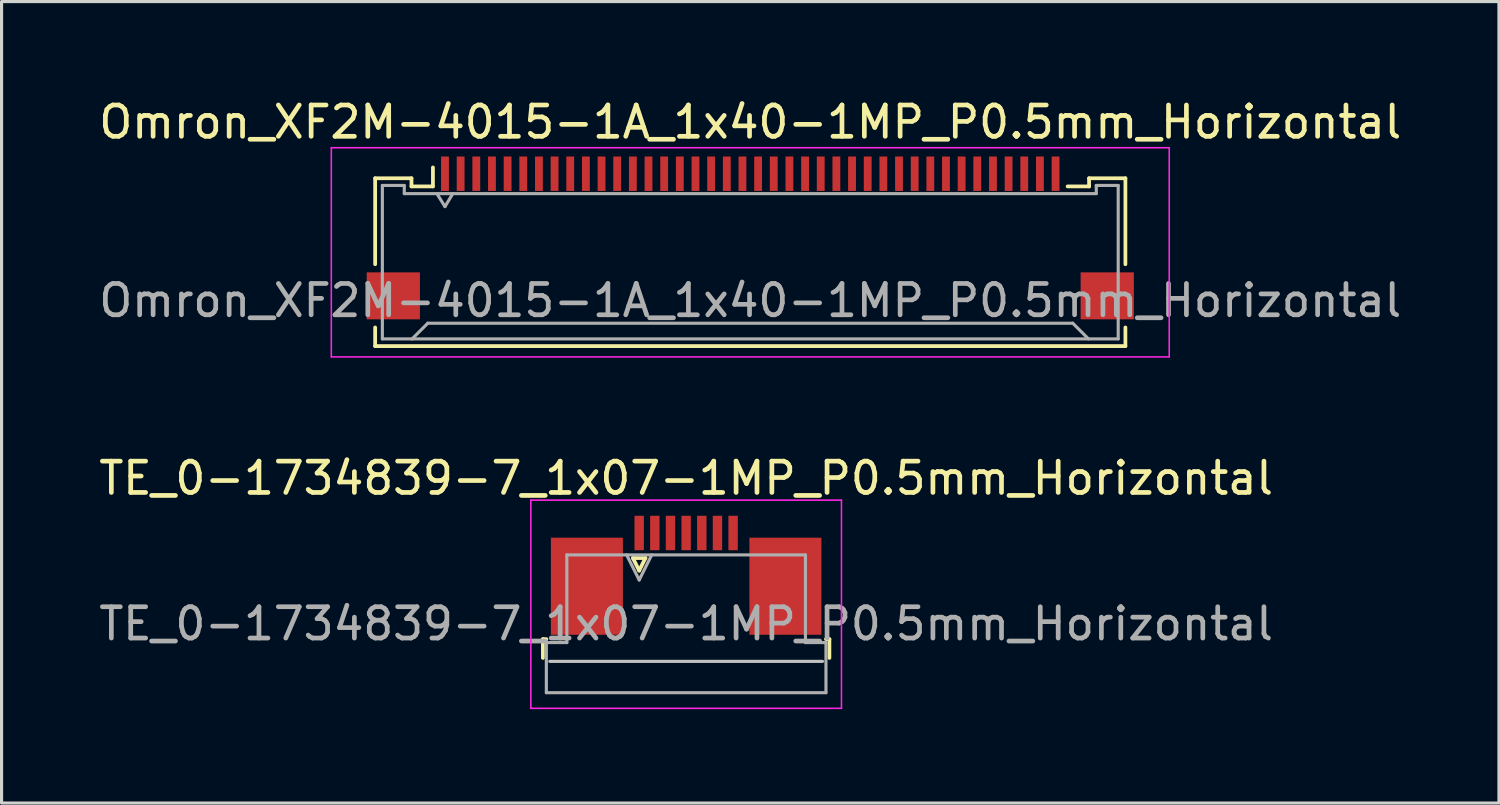
<source format=kicad_pcb>
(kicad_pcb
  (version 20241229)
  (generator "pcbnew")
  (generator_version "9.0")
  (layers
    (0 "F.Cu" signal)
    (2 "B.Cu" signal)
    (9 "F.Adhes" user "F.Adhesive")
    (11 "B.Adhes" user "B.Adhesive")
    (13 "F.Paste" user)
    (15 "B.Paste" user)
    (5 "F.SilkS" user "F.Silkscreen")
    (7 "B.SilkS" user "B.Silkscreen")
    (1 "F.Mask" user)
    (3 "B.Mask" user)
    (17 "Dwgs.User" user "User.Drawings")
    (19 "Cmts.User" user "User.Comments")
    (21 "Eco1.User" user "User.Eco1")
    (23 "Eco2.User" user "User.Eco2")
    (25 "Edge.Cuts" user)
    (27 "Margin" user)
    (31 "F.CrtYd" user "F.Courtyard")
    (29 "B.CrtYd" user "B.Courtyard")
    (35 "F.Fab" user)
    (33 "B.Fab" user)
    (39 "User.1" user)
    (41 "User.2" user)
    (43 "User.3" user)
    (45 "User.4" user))
  (footprint "TE_0-1734839-7_1x07-1MP_P0.5mm_Horizontal"
    (layer "F.Cu")
    (at 18.863 15.322)
    (property "Reference" "TE_0-1734839-7_1x07-1MP_P0.5mm_Horizontal" (at 0 -3.1 0) (layer "F.SilkS") (effects (font (size 1 1) (thickness 0.15))))
    (attr smd)
    (fp_line (start -4.575 2.04) (end -4.575 2.64) (stroke (width 0.12) (type solid)) (layer "F.SilkS"))
    (fp_line (start -4.465 2.04) (end -4.575 2.04) (stroke (width 0.12) (type solid)) (layer "F.SilkS"))
    (fp_line (start -1.7 -0.55) (end -1.5 -0.15) (stroke (width 0.12) (type solid)) (layer "F.SilkS"))
    (fp_line (start -1.5 -0.15) (end -1.3 -0.55) (stroke (width 0.12) (type solid)) (layer "F.SilkS"))
    (fp_line (start -1.3 -0.55) (end -1.7 -0.55) (stroke (width 0.12) (type solid)) (layer "F.SilkS"))
    (fp_line (start 4.465 2.04) (end 4.575 2.04) (stroke (width 0.12) (type solid)) (layer "F.SilkS"))
    (fp_line (start 4.575 2.04) (end 4.575 2.64) (stroke (width 0.12) (type solid)) (layer "F.SilkS"))
    (fp_line (start 4.355 2.75) (end -4.355 2.75) (stroke (width 0.1) (type solid)) (layer "Dwgs.User"))
    (fp_line (start -4.96 -2.4) (end -4.96 4.25) (stroke (width 0.05) (type solid)) (layer "F.CrtYd"))
    (fp_line (start -4.96 4.25) (end 4.96 4.25) (stroke (width 0.05) (type solid)) (layer "F.CrtYd"))
    (fp_line (start 4.96 -2.4) (end -4.96 -2.4) (stroke (width 0.05) (type solid)) (layer "F.CrtYd"))
    (fp_line (start 4.96 4.25) (end 4.96 -2.4) (stroke (width 0.05) (type solid)) (layer "F.CrtYd"))
    (fp_line (start -4.465 2.15) (end -3.81 2.15) (stroke (width 0.1) (type solid)) (layer "F.Fab"))
    (fp_line (start -4.465 3.75) (end -4.465 2.15) (stroke (width 0.1) (type solid)) (layer "F.Fab"))
    (fp_line (start -3.81 -0.65) (end 3.81 -0.65) (stroke (width 0.1) (type solid)) (layer "F.Fab"))
    (fp_line (start -3.81 2.15) (end -3.81 -0.65) (stroke (width 0.1) (type solid)) (layer "F.Fab"))
    (fp_line (start -1.9 -0.65) (end -1.5 0.15) (stroke (width 0.1) (type solid)) (layer "F.Fab"))
    (fp_line (start -1.5 0.15) (end -1.1 -0.65) (stroke (width 0.1) (type solid)) (layer "F.Fab"))
    (fp_line (start 3.81 -0.65) (end 3.81 2.15) (stroke (width 0.1) (type solid)) (layer "F.Fab"))
    (fp_line (start 3.81 2.15) (end 4.465 2.15) (stroke (width 0.1) (type solid)) (layer "F.Fab"))
    (fp_line (start 4.465 2.15) (end 4.465 3.75) (stroke (width 0.1) (type solid)) (layer "F.Fab"))
    (fp_line (start 4.465 3.75) (end -4.465 3.75) (stroke (width 0.1) (type solid)) (layer "F.Fab"))
    (fp_text user "${REFERENCE}" (at 0 1.55 0) (layer "F.Fab") (effects (font (size 1 1) (thickness 0.15))))
    (pad "1" smd rect (at -1.5 -1.35) (size 0.3 1.1) (layers "F.Cu" "F.Mask" "F.Paste"))
    (pad "2" smd rect (at -1 -1.35) (size 0.3 1.1) (layers "F.Cu" "F.Mask" "F.Paste"))
    (pad "3" smd rect (at -0.5 -1.35) (size 0.3 1.1) (layers "F.Cu" "F.Mask" "F.Paste"))
    (pad "4" smd rect (at 0 -1.35) (size 0.3 1.1) (layers "F.Cu" "F.Mask" "F.Paste"))
    (pad "5" smd rect (at 0.5 -1.35) (size 0.3 1.1) (layers "F.Cu" "F.Mask" "F.Paste"))
    (pad "6" smd rect (at 1 -1.35) (size 0.3 1.1) (layers "F.Cu" "F.Mask" "F.Paste"))
    (pad "7" smd rect (at 1.5 -1.35) (size 0.3 1.1) (layers "F.Cu" "F.Mask" "F.Paste"))
    (pad "MP" smd rect (at -3.17 0.35) (size 2.3 3.1) (layers "F.Cu" "F.Mask" "F.Paste"))
    (pad "MP" smd rect (at 3.17 0.35) (size 2.3 3.1) (layers "F.Cu" "F.Mask" "F.Paste")))
  (footprint "Omron_XF2M-4015-1A_1x40-1MP_P0.5mm_Horizontal"
    (layer "F.Cu")
    (at 20.911 4.548)
    (property "Reference" "Omron_XF2M-4015-1A_1x40-1MP_P0.5mm_Horizontal" (at 0 -3.7 0) (layer "F.SilkS") (effects (font (size 1 1) (thickness 0.15))))
    (attr smd)
    (fp_line (start -11.98 -1.905) (end -11.98 0.84) (stroke (width 0.12) (type solid)) (layer "F.SilkS"))
    (fp_line (start -11.98 2.86) (end -11.98 3.455) (stroke (width 0.12) (type solid)) (layer "F.SilkS"))
    (fp_line (start -11.98 3.455) (end 11.98 3.455) (stroke (width 0.12) (type solid)) (layer "F.SilkS"))
    (fp_line (start -10.82 -1.905) (end -11.98 -1.905) (stroke (width 0.12) (type solid)) (layer "F.SilkS"))
    (fp_line (start -10.82 -1.645) (end -10.82 -1.905) (stroke (width 0.12) (type solid)) (layer "F.SilkS"))
    (fp_line (start -10.135 -1.645) (end -10.82 -1.645) (stroke (width 0.12) (type solid)) (layer "F.SilkS"))
    (fp_line (start -10.135 -1.645) (end -10.135 -2.25) (stroke (width 0.12) (type solid)) (layer "F.SilkS"))
    (fp_line (start 10.82 -1.905) (end 10.82 -1.645) (stroke (width 0.12) (type solid)) (layer "F.SilkS"))
    (fp_line (start 10.82 -1.645) (end 10.135 -1.645) (stroke (width 0.12) (type solid)) (layer "F.SilkS"))
    (fp_line (start 11.98 -1.905) (end 10.82 -1.905) (stroke (width 0.12) (type solid)) (layer "F.SilkS"))
    (fp_line (start 11.98 0.84) (end 11.98 -1.905) (stroke (width 0.12) (type solid)) (layer "F.SilkS"))
    (fp_line (start 11.98 3.455) (end 11.98 2.86) (stroke (width 0.12) (type solid)) (layer "F.SilkS"))
    (fp_line (start -13.38 -2.88) (end 13.38 -2.88) (stroke (width 0.05) (type solid)) (layer "F.CrtYd"))
    (fp_line (start -13.38 3.8) (end -13.38 -2.88) (stroke (width 0.05) (type solid)) (layer "F.CrtYd"))
    (fp_line (start 13.38 -2.88) (end 13.38 3.8) (stroke (width 0.05) (type solid)) (layer "F.CrtYd"))
    (fp_line (start 13.38 3.8) (end -13.38 3.8) (stroke (width 0.05) (type solid)) (layer "F.CrtYd"))
    (fp_line (start -11.75 -1.675) (end -11.75 3.225) (stroke (width 0.1) (type solid)) (layer "F.Fab"))
    (fp_line (start -11.75 3.225) (end 11.75 3.225) (stroke (width 0.1) (type solid)) (layer "F.Fab"))
    (fp_line (start -11.05 -1.675) (end -11.75 -1.675) (stroke (width 0.1) (type solid)) (layer "F.Fab"))
    (fp_line (start -11.05 -1.675) (end -11.05 -1.415) (stroke (width 0.1) (type solid)) (layer "F.Fab"))
    (fp_line (start -10.3 2.725) (end -10.8 3.225) (stroke (width 0.1) (type solid)) (layer "F.Fab"))
    (fp_line (start -10.3 2.725) (end 10.3 2.725) (stroke (width 0.1) (type solid)) (layer "F.Fab"))
    (fp_line (start -9.75 -1) (end -10 -1.4) (stroke (width 0.1) (type solid)) (layer "F.Fab"))
    (fp_line (start -9.5 -1.415) (end -9.75 -1) (stroke (width 0.1) (type solid)) (layer "F.Fab"))
    (fp_line (start 10.3 2.725) (end 10.8 3.225) (stroke (width 0.1) (type solid)) (layer "F.Fab"))
    (fp_line (start 11.05 -1.675) (end 11.05 -1.415) (stroke (width 0.1) (type solid)) (layer "F.Fab"))
    (fp_line (start 11.05 -1.675) (end 11.75 -1.675) (stroke (width 0.1) (type solid)) (layer "F.Fab"))
    (fp_line (start 11.05 -1.415) (end -11.05 -1.415) (stroke (width 0.1) (type solid)) (layer "F.Fab"))
    (fp_line (start 11.75 3.225) (end 11.75 -1.675) (stroke (width 0.1) (type solid)) (layer "F.Fab"))
    (fp_text user "${REFERENCE}" (at 0 2 0) (layer "F.Fab") (effects (font (size 1 1) (thickness 0.15))))
    (pad "1" smd rect (at -9.75 -2.05) (size 0.25 1.1) (layers "F.Cu" "F.Mask" "F.Paste"))
    (pad "2" smd rect (at -9.25 -2.05) (size 0.25 1.1) (layers "F.Cu" "F.Mask" "F.Paste"))
    (pad "3" smd rect (at -8.75 -2.05) (size 0.25 1.1) (layers "F.Cu" "F.Mask" "F.Paste"))
    (pad "4" smd rect (at -8.25 -2.05) (size 0.25 1.1) (layers "F.Cu" "F.Mask" "F.Paste"))
    (pad "5" smd rect (at -7.75 -2.05) (size 0.25 1.1) (layers "F.Cu" "F.Mask" "F.Paste"))
    (pad "6" smd rect (at -7.25 -2.05) (size 0.25 1.1) (layers "F.Cu" "F.Mask" "F.Paste"))
    (pad "7" smd rect (at -6.75 -2.05) (size 0.25 1.1) (layers "F.Cu" "F.Mask" "F.Paste"))
    (pad "8" smd rect (at -6.25 -2.05) (size 0.25 1.1) (layers "F.Cu" "F.Mask" "F.Paste"))
    (pad "9" smd rect (at -5.75 -2.05) (size 0.25 1.1) (layers "F.Cu" "F.Mask" "F.Paste"))
    (pad "10" smd rect (at -5.25 -2.05) (size 0.25 1.1) (layers "F.Cu" "F.Mask" "F.Paste"))
    (pad "11" smd rect (at -4.75 -2.05) (size 0.25 1.1) (layers "F.Cu" "F.Mask" "F.Paste"))
    (pad "12" smd rect (at -4.25 -2.05) (size 0.25 1.1) (layers "F.Cu" "F.Mask" "F.Paste"))
    (pad "13" smd rect (at -3.75 -2.05) (size 0.25 1.1) (layers "F.Cu" "F.Mask" "F.Paste"))
    (pad "14" smd rect (at -3.25 -2.05) (size 0.25 1.1) (layers "F.Cu" "F.Mask" "F.Paste"))
    (pad "15" smd rect (at -2.75 -2.05) (size 0.25 1.1) (layers "F.Cu" "F.Mask" "F.Paste"))
    (pad "16" smd rect (at -2.25 -2.05) (size 0.25 1.1) (layers "F.Cu" "F.Mask" "F.Paste"))
    (pad "17" smd rect (at -1.75 -2.05) (size 0.25 1.1) (layers "F.Cu" "F.Mask" "F.Paste"))
    (pad "18" smd rect (at -1.25 -2.05) (size 0.25 1.1) (layers "F.Cu" "F.Mask" "F.Paste"))
    (pad "19" smd rect (at -0.75 -2.05) (size 0.25 1.1) (layers "F.Cu" "F.Mask" "F.Paste"))
    (pad "20" smd rect (at -0.25 -2.05) (size 0.25 1.1) (layers "F.Cu" "F.Mask" "F.Paste"))
    (pad "21" smd rect (at 0.25 -2.05) (size 0.25 1.1) (layers "F.Cu" "F.Mask" "F.Paste"))
    (pad "22" smd rect (at 0.75 -2.05) (size 0.25 1.1) (layers "F.Cu" "F.Mask" "F.Paste"))
    (pad "23" smd rect (at 1.25 -2.05) (size 0.25 1.1) (layers "F.Cu" "F.Mask" "F.Paste"))
    (pad "24" smd rect (at 1.75 -2.05) (size 0.25 1.1) (layers "F.Cu" "F.Mask" "F.Paste"))
    (pad "25" smd rect (at 2.25 -2.05) (size 0.25 1.1) (layers "F.Cu" "F.Mask" "F.Paste"))
    (pad "26" smd rect (at 2.75 -2.05) (size 0.25 1.1) (layers "F.Cu" "F.Mask" "F.Paste"))
    (pad "27" smd rect (at 3.25 -2.05) (size 0.25 1.1) (layers "F.Cu" "F.Mask" "F.Paste"))
    (pad "28" smd rect (at 3.75 -2.05) (size 0.25 1.1) (layers "F.Cu" "F.Mask" "F.Paste"))
    (pad "29" smd rect (at 4.25 -2.05) (size 0.25 1.1) (layers "F.Cu" "F.Mask" "F.Paste"))
    (pad "30" smd rect (at 4.75 -2.05) (size 0.25 1.1) (layers "F.Cu" "F.Mask" "F.Paste"))
    (pad "31" smd rect (at 5.25 -2.05) (size 0.25 1.1) (layers "F.Cu" "F.Mask" "F.Paste"))
    (pad "32" smd rect (at 5.75 -2.05) (size 0.25 1.1) (layers "F.Cu" "F.Mask" "F.Paste"))
    (pad "33" smd rect (at 6.25 -2.05) (size 0.25 1.1) (layers "F.Cu" "F.Mask" "F.Paste"))
    (pad "34" smd rect (at 6.75 -2.05) (size 0.25 1.1) (layers "F.Cu" "F.Mask" "F.Paste"))
    (pad "35" smd rect (at 7.25 -2.05) (size 0.25 1.1) (layers "F.Cu" "F.Mask" "F.Paste"))
    (pad "36" smd rect (at 7.75 -2.05) (size 0.25 1.1) (layers "F.Cu" "F.Mask" "F.Paste"))
    (pad "37" smd rect (at 8.25 -2.05) (size 0.25 1.1) (layers "F.Cu" "F.Mask" "F.Paste"))
    (pad "38" smd rect (at 8.75 -2.05) (size 0.25 1.1) (layers "F.Cu" "F.Mask" "F.Paste"))
    (pad "39" smd rect (at 9.25 -2.05) (size 0.25 1.1) (layers "F.Cu" "F.Mask" "F.Paste"))
    (pad "40" smd rect (at 9.75 -2.05) (size 0.25 1.1) (layers "F.Cu" "F.Mask" "F.Paste"))
    (pad "MP" smd rect (at -11.4 1.85) (size 1.7 1.5) (layers "F.Cu" "F.Mask" "F.Paste"))
    (pad "MP" smd rect (at 11.4 1.85) (size 1.7 1.5) (layers "F.Cu" "F.Mask" "F.Paste")))
  (gr_rect
    (start -3 -3)
    (end 44.821 22.596)
    (stroke (width 0.1) (type default))
    (fill no)
    (layer "Edge.Cuts")))
</source>
